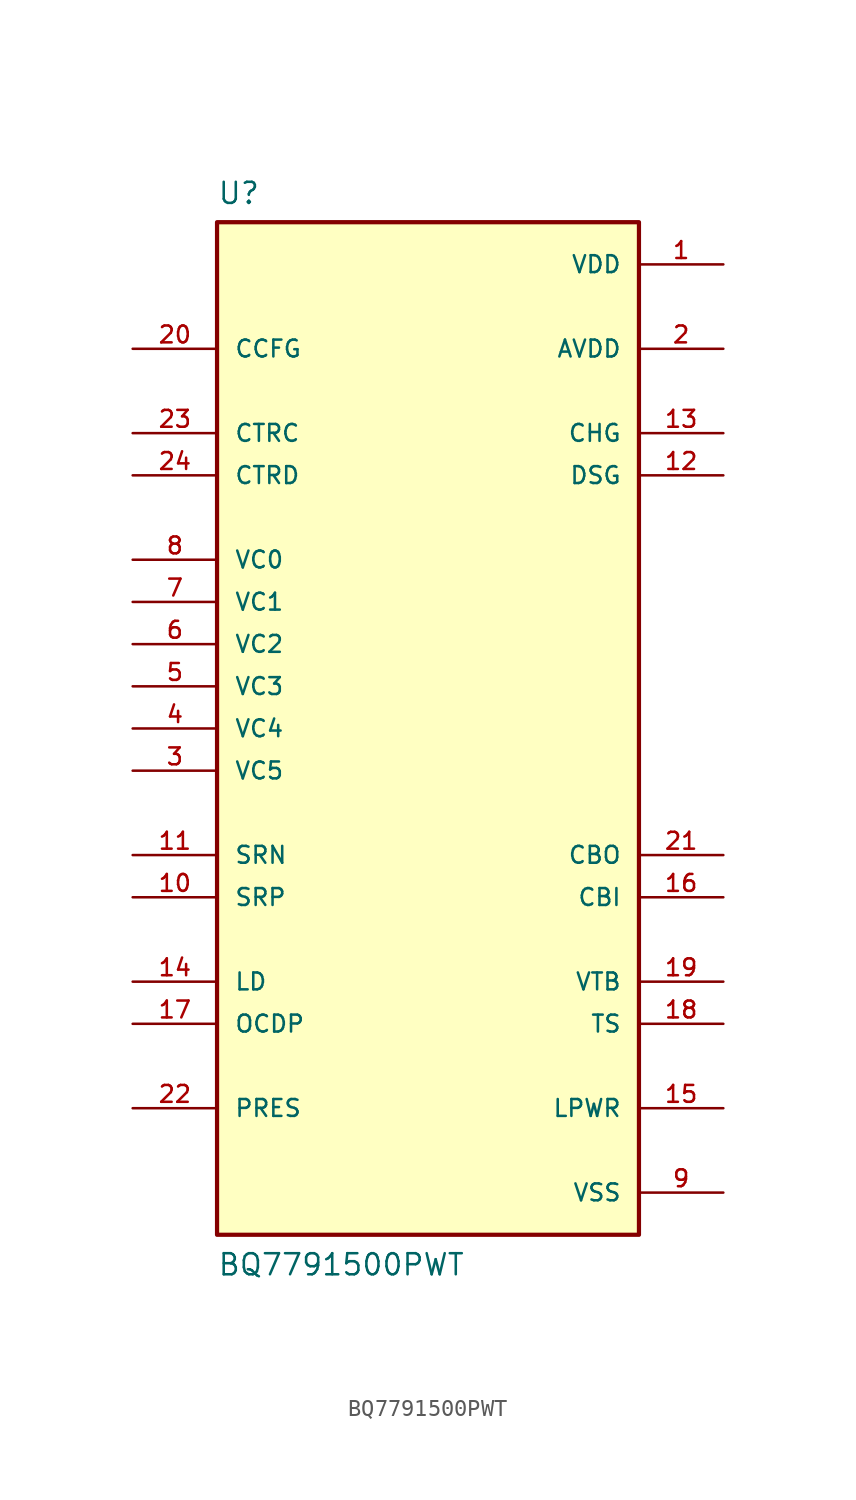
<source format=kicad_sym>
(kicad_symbol_lib
  (version 20211014)
  (generator kicad_symbol_editor)
  (symbol "BQ7791500PWT"
    (pin_names
      (offset 1.016))
    (property "Reference" "U"
      (at -12.7 31.48 0.0)
      (effects (font (size 1.27 1.27)) (justify bottom left)))
    (property "Value" "BQ7791500PWT"
      (at -12.7 -33.02 0.0)
      (effects (font (size 1.27 1.27)) (justify bottom left)))
    (symbol "BQ7791500PWT_0_0"
      (rectangle (start -12.7 -30.48) (end 12.7 30.48) (stroke (width 0.254)) (fill (type background)))
      (pin output line (at 17.78 22.86 180.0) (length 5.08) (name "AVDD" (effects (font (size 1.016 1.016)))) (number "2" (effects (font (size 1.016 1.016)))))
      (pin input line (at 17.78 -10.16 180.0) (length 5.08) (name "CBI" (effects (font (size 1.016 1.016)))) (number "16" (effects (font (size 1.016 1.016)))))
      (pin input line (at -17.78 22.86 0) (length 5.08) (name "CCFG" (effects (font (size 1.016 1.016)))) (number "20" (effects (font (size 1.016 1.016)))))
      (pin input line (at -17.78 17.78 0) (length 5.08) (name "CTRC" (effects (font (size 1.016 1.016)))) (number "23" (effects (font (size 1.016 1.016)))))
      (pin input line (at -17.78 15.24 0) (length 5.08) (name "CTRD" (effects (font (size 1.016 1.016)))) (number "24" (effects (font (size 1.016 1.016)))))
      (pin input line (at -17.78 -15.24 0) (length 5.08) (name "LD" (effects (font (size 1.016 1.016)))) (number "14" (effects (font (size 1.016 1.016)))))
      (pin input line (at -17.78 -17.78 0) (length 5.08) (name "OCDP" (effects (font (size 1.016 1.016)))) (number "17" (effects (font (size 1.016 1.016)))))
      (pin input line (at -17.78 -22.86 0) (length 5.08) (name "PRES" (effects (font (size 1.016 1.016)))) (number "22" (effects (font (size 1.016 1.016)))))
      (pin input line (at -17.78 -7.62 0) (length 5.08) (name "SRN" (effects (font (size 1.016 1.016)))) (number "11" (effects (font (size 1.016 1.016)))))
      (pin input line (at -17.78 -10.16 0) (length 5.08) (name "SRP" (effects (font (size 1.016 1.016)))) (number "10" (effects (font (size 1.016 1.016)))))
      (pin input line (at 17.78 -17.78 180.0) (length 5.08) (name "TS" (effects (font (size 1.016 1.016)))) (number "18" (effects (font (size 1.016 1.016)))))
      (pin input line (at -17.78 10.16 0) (length 5.08) (name "VC0" (effects (font (size 1.016 1.016)))) (number "8" (effects (font (size 1.016 1.016)))))
      (pin input line (at -17.78 7.62 0) (length 5.08) (name "VC1" (effects (font (size 1.016 1.016)))) (number "7" (effects (font (size 1.016 1.016)))))
      (pin input line (at -17.78 5.08 0) (length 5.08) (name "VC2" (effects (font (size 1.016 1.016)))) (number "6" (effects (font (size 1.016 1.016)))))
      (pin input line (at -17.78 2.54 0) (length 5.08) (name "VC3" (effects (font (size 1.016 1.016)))) (number "5" (effects (font (size 1.016 1.016)))))
      (pin input line (at -17.78 0.0 0) (length 5.08) (name "VC4" (effects (font (size 1.016 1.016)))) (number "4" (effects (font (size 1.016 1.016)))))
      (pin input line (at -17.78 -2.54 0) (length 5.08) (name "VC5" (effects (font (size 1.016 1.016)))) (number "3" (effects (font (size 1.016 1.016)))))
      (pin power_in line (at 17.78 27.94 180.0) (length 5.08) (name "VDD" (effects (font (size 1.016 1.016)))) (number "1" (effects (font (size 1.016 1.016)))))
      (pin output line (at 17.78 -7.62 180.0) (length 5.08) (name "CBO" (effects (font (size 1.016 1.016)))) (number "21" (effects (font (size 1.016 1.016)))))
      (pin output line (at 17.78 17.78 180.0) (length 5.08) (name "CHG" (effects (font (size 1.016 1.016)))) (number "13" (effects (font (size 1.016 1.016)))))
      (pin output line (at 17.78 15.24 180.0) (length 5.08) (name "DSG" (effects (font (size 1.016 1.016)))) (number "12" (effects (font (size 1.016 1.016)))))
      (pin output line (at 17.78 -22.86 180.0) (length 5.08) (name "LPWR" (effects (font (size 1.016 1.016)))) (number "15" (effects (font (size 1.016 1.016)))))
      (pin output line (at 17.78 -15.24 180.0) (length 5.08) (name "VTB" (effects (font (size 1.016 1.016)))) (number "19" (effects (font (size 1.016 1.016)))))
      (pin power_in line (at 17.78 -27.94 180.0) (length 5.08) (name "VSS" (effects (font (size 1.016 1.016)))) (number "9" (effects (font (size 1.016 1.016))))))))
</source>
